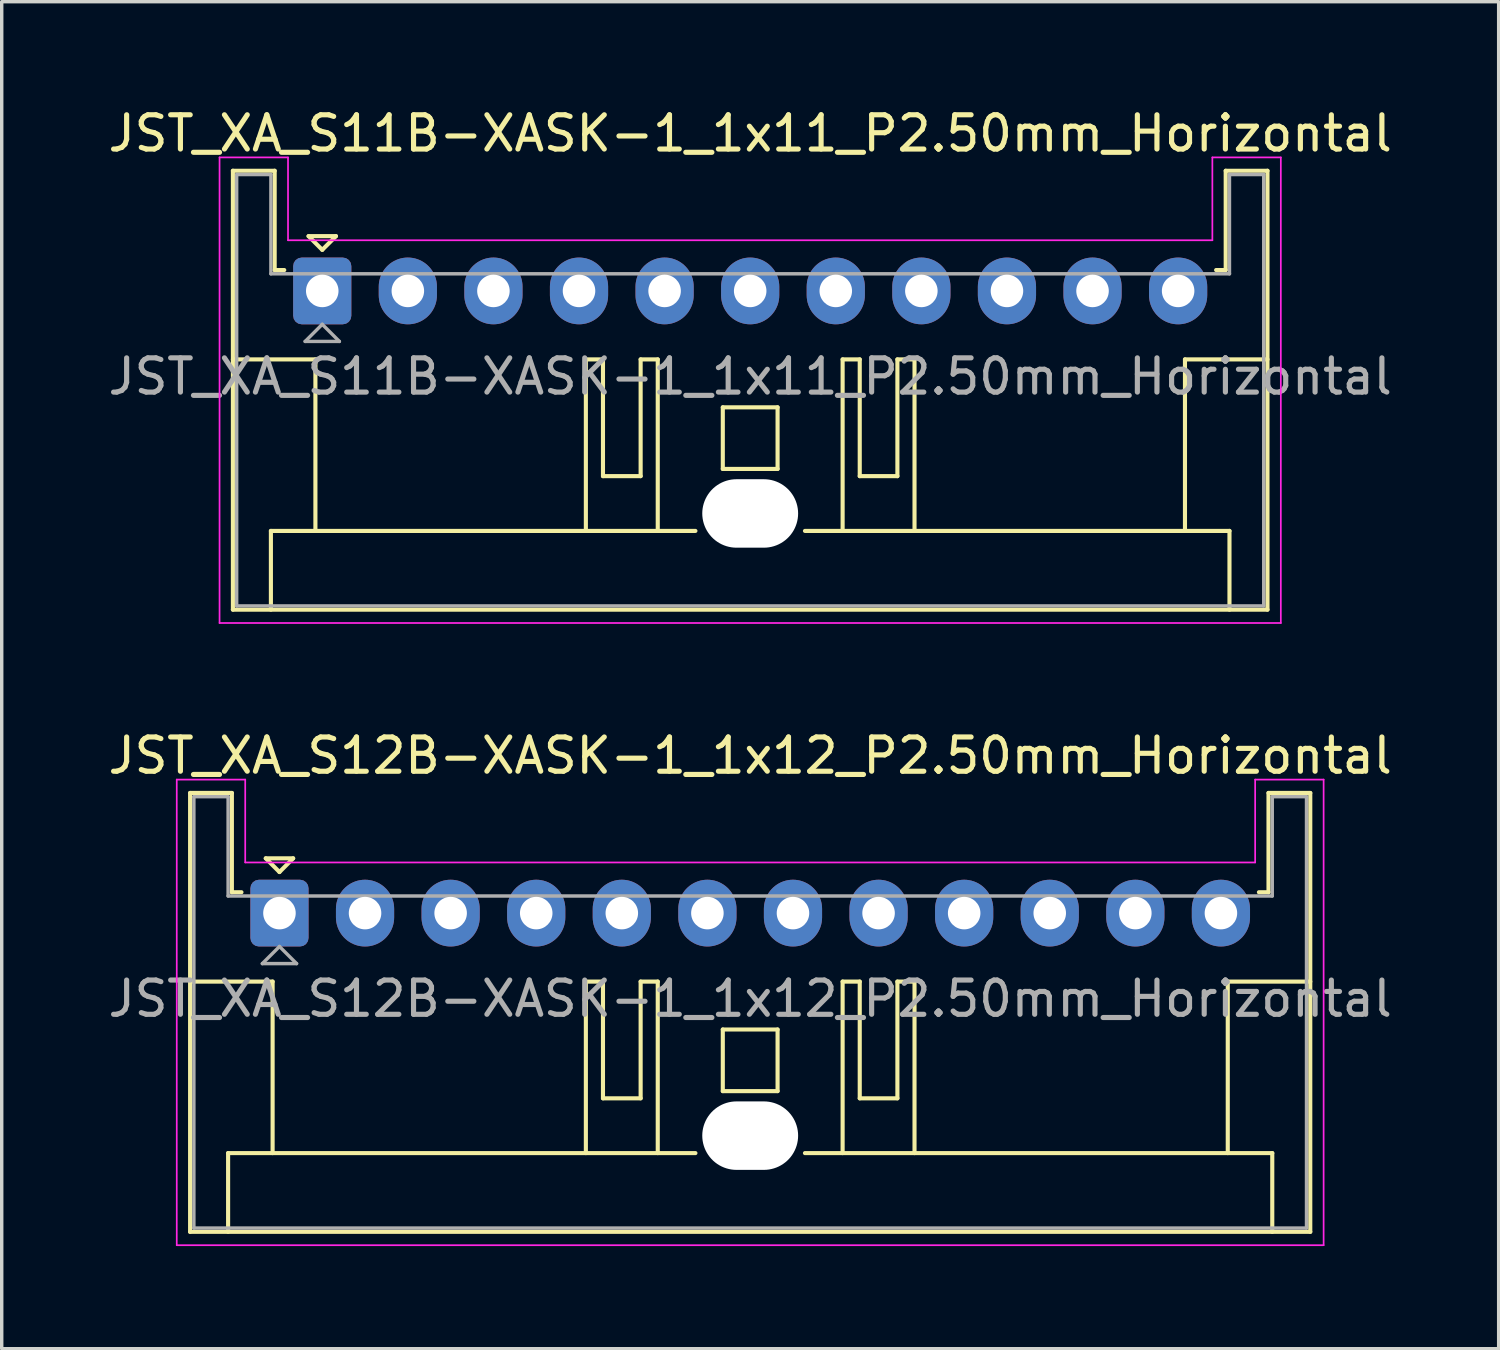
<source format=kicad_pcb>
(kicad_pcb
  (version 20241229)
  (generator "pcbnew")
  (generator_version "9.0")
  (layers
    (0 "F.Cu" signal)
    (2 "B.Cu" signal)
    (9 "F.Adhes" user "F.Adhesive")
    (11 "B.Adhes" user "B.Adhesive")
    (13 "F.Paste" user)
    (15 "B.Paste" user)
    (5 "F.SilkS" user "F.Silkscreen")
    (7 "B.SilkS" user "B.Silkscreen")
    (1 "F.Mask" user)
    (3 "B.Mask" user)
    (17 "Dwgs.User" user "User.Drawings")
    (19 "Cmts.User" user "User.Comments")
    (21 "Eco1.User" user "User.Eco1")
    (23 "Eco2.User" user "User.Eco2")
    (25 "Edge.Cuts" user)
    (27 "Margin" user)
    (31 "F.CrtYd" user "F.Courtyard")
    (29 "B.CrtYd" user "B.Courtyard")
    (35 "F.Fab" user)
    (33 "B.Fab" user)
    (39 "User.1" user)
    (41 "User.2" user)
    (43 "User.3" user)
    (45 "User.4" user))
  (footprint "JST_XA_S12B-XASK-1_1x12_P2.50mm_Horizontal"
    (layer "F.Cu")
    (at 5.113 23.622)
    (property "Reference" "JST_XA_S12B-XASK-1_1x12_P2.50mm_Horizontal" (at 13.75 -4.6 0) (layer "F.SilkS") (effects (font (size 1 1) (thickness 0.15))))
    (attr through_hole)
    (fp_line (start -2.61 -3.51) (end -2.61 9.31) (stroke (width 0.12) (type solid)) (layer "F.SilkS"))
    (fp_line (start -2.61 9.31) (end 30.11 9.31) (stroke (width 0.12) (type solid)) (layer "F.SilkS"))
    (fp_line (start -1.5 7.01) (end 12.15 7.01) (stroke (width 0.12) (type solid)) (layer "F.SilkS"))
    (fp_line (start -1.5 9.31) (end -1.5 7.01) (stroke (width 0.12) (type solid)) (layer "F.SilkS"))
    (fp_line (start -1.39 -3.51) (end -2.61 -3.51) (stroke (width 0.12) (type solid)) (layer "F.SilkS"))
    (fp_line (start -1.39 -0.61) (end -1.39 -3.51) (stroke (width 0.12) (type solid)) (layer "F.SilkS"))
    (fp_line (start -1.11 -0.61) (end -1.39 -0.61) (stroke (width 0.12) (type solid)) (layer "F.SilkS"))
    (fp_line (start -0.4 -1.6) (end 0.4 -1.6) (stroke (width 0.12) (type solid)) (layer "F.SilkS"))
    (fp_line (start -0.2 2) (end -2.61 2) (stroke (width 0.12) (type solid)) (layer "F.SilkS"))
    (fp_line (start -0.2 7.01) (end -0.2 2) (stroke (width 0.12) (type solid)) (layer "F.SilkS"))
    (fp_line (start 0 -1.2) (end -0.4 -1.6) (stroke (width 0.12) (type solid)) (layer "F.SilkS"))
    (fp_line (start 0.4 -1.6) (end 0 -1.2) (stroke (width 0.12) (type solid)) (layer "F.SilkS"))
    (fp_line (start 8.95 2) (end 8.95 7.01) (stroke (width 0.12) (type solid)) (layer "F.SilkS"))
    (fp_line (start 9.45 2) (end 8.95 2) (stroke (width 0.12) (type solid)) (layer "F.SilkS"))
    (fp_line (start 9.45 5.41) (end 9.45 2) (stroke (width 0.12) (type solid)) (layer "F.SilkS"))
    (fp_line (start 10.55 2) (end 10.55 5.41) (stroke (width 0.12) (type solid)) (layer "F.SilkS"))
    (fp_line (start 10.55 5.41) (end 9.45 5.41) (stroke (width 0.12) (type solid)) (layer "F.SilkS"))
    (fp_line (start 11.05 2) (end 10.55 2) (stroke (width 0.12) (type solid)) (layer "F.SilkS"))
    (fp_line (start 11.05 7.01) (end 11.05 2) (stroke (width 0.12) (type solid)) (layer "F.SilkS"))
    (fp_line (start 12.95 3.4) (end 14.55 3.4) (stroke (width 0.12) (type solid)) (layer "F.SilkS"))
    (fp_line (start 12.95 5.2) (end 12.95 3.4) (stroke (width 0.12) (type solid)) (layer "F.SilkS"))
    (fp_line (start 14.55 3.4) (end 14.55 5.2) (stroke (width 0.12) (type solid)) (layer "F.SilkS"))
    (fp_line (start 14.55 5.2) (end 12.95 5.2) (stroke (width 0.12) (type solid)) (layer "F.SilkS"))
    (fp_line (start 15.35 7.01) (end 29 7.01) (stroke (width 0.12) (type solid)) (layer "F.SilkS"))
    (fp_line (start 16.45 2) (end 16.95 2) (stroke (width 0.12) (type solid)) (layer "F.SilkS"))
    (fp_line (start 16.45 7.01) (end 16.45 2) (stroke (width 0.12) (type solid)) (layer "F.SilkS"))
    (fp_line (start 16.95 2) (end 16.95 5.41) (stroke (width 0.12) (type solid)) (layer "F.SilkS"))
    (fp_line (start 16.95 5.41) (end 18.05 5.41) (stroke (width 0.12) (type solid)) (layer "F.SilkS"))
    (fp_line (start 18.05 2) (end 18.55 2) (stroke (width 0.12) (type solid)) (layer "F.SilkS"))
    (fp_line (start 18.05 5.41) (end 18.05 2) (stroke (width 0.12) (type solid)) (layer "F.SilkS"))
    (fp_line (start 18.55 2) (end 18.55 7.01) (stroke (width 0.12) (type solid)) (layer "F.SilkS"))
    (fp_line (start 27.7 2) (end 30.11 2) (stroke (width 0.12) (type solid)) (layer "F.SilkS"))
    (fp_line (start 27.7 7.01) (end 27.7 2) (stroke (width 0.12) (type solid)) (layer "F.SilkS"))
    (fp_line (start 28.89 -3.51) (end 28.89 -0.61) (stroke (width 0.12) (type solid)) (layer "F.SilkS"))
    (fp_line (start 28.89 -0.61) (end 28.61 -0.61) (stroke (width 0.12) (type solid)) (layer "F.SilkS"))
    (fp_line (start 29 7.01) (end 29 9.31) (stroke (width 0.12) (type solid)) (layer "F.SilkS"))
    (fp_line (start 30.11 -3.51) (end 28.89 -3.51) (stroke (width 0.12) (type solid)) (layer "F.SilkS"))
    (fp_line (start 30.11 9.31) (end 30.11 -3.51) (stroke (width 0.12) (type solid)) (layer "F.SilkS"))
    (fp_line (start -3 -3.9) (end -3 9.7) (stroke (width 0.05) (type solid)) (layer "F.CrtYd"))
    (fp_line (start -3 9.7) (end 30.5 9.7) (stroke (width 0.05) (type solid)) (layer "F.CrtYd"))
    (fp_line (start -1 -3.9) (end -3 -3.9) (stroke (width 0.05) (type solid)) (layer "F.CrtYd"))
    (fp_line (start -1 -1.48) (end -1 -3.9) (stroke (width 0.05) (type solid)) (layer "F.CrtYd"))
    (fp_line (start 28.5 -3.9) (end 28.5 -1.48) (stroke (width 0.05) (type solid)) (layer "F.CrtYd"))
    (fp_line (start 28.5 -1.48) (end -1 -1.48) (stroke (width 0.05) (type solid)) (layer "F.CrtYd"))
    (fp_line (start 30.5 -3.9) (end 28.5 -3.9) (stroke (width 0.05) (type solid)) (layer "F.CrtYd"))
    (fp_line (start 30.5 9.7) (end 30.5 -3.9) (stroke (width 0.05) (type solid)) (layer "F.CrtYd"))
    (fp_line (start -2.5 -3.4) (end -2.5 9.2) (stroke (width 0.1) (type solid)) (layer "F.Fab"))
    (fp_line (start -2.5 9.2) (end 30 9.2) (stroke (width 0.1) (type solid)) (layer "F.Fab"))
    (fp_line (start -1.5 -3.4) (end -2.5 -3.4) (stroke (width 0.1) (type solid)) (layer "F.Fab"))
    (fp_line (start -1.5 -0.5) (end -1.5 -3.4) (stroke (width 0.1) (type solid)) (layer "F.Fab"))
    (fp_line (start -0.5 1.475) (end 0.5 1.475) (stroke (width 0.1) (type solid)) (layer "F.Fab"))
    (fp_line (start 0 0.975) (end -0.5 1.475) (stroke (width 0.1) (type solid)) (layer "F.Fab"))
    (fp_line (start 0.5 1.475) (end 0 0.975) (stroke (width 0.1) (type solid)) (layer "F.Fab"))
    (fp_line (start 29 -3.4) (end 29 -0.5) (stroke (width 0.1) (type solid)) (layer "F.Fab"))
    (fp_line (start 29 -0.5) (end -1.5 -0.5) (stroke (width 0.1) (type solid)) (layer "F.Fab"))
    (fp_line (start 30 -3.4) (end 29 -3.4) (stroke (width 0.1) (type solid)) (layer "F.Fab"))
    (fp_line (start 30 9.2) (end 30 -3.4) (stroke (width 0.1) (type solid)) (layer "F.Fab"))
    (fp_text user "${REFERENCE}" (at 13.75 2.5 0) (layer "F.Fab") (effects (font (size 1 1) (thickness 0.15))))
    (pad "" np_thru_hole oval (at 13.75 6.5) (size 2.8 2) (drill oval 2.8 2) (layers "*.Cu" "*.Mask"))
    (pad "1" thru_hole roundrect (at 0 0) (size 1.7 1.95) (drill 0.95) (layers "*.Cu" "*.Mask") (roundrect_rratio 0.147))
    (pad "2" thru_hole oval (at 2.5 0) (size 1.7 1.95) (drill 0.95) (layers "*.Cu" "*.Mask"))
    (pad "3" thru_hole oval (at 5 0) (size 1.7 1.95) (drill 0.95) (layers "*.Cu" "*.Mask"))
    (pad "4" thru_hole oval (at 7.5 0) (size 1.7 1.95) (drill 0.95) (layers "*.Cu" "*.Mask"))
    (pad "5" thru_hole oval (at 10 0) (size 1.7 1.95) (drill 0.95) (layers "*.Cu" "*.Mask"))
    (pad "6" thru_hole oval (at 12.5 0) (size 1.7 1.95) (drill 0.95) (layers "*.Cu" "*.Mask"))
    (pad "7" thru_hole oval (at 15 0) (size 1.7 1.95) (drill 0.95) (layers "*.Cu" "*.Mask"))
    (pad "8" thru_hole oval (at 17.5 0) (size 1.7 1.95) (drill 0.95) (layers "*.Cu" "*.Mask"))
    (pad "9" thru_hole oval (at 20 0) (size 1.7 1.95) (drill 0.95) (layers "*.Cu" "*.Mask"))
    (pad "10" thru_hole oval (at 22.5 0) (size 1.7 1.95) (drill 0.95) (layers "*.Cu" "*.Mask"))
    (pad "11" thru_hole oval (at 25 0) (size 1.7 1.95) (drill 0.95) (layers "*.Cu" "*.Mask"))
    (pad "12" thru_hole oval (at 27.5 0) (size 1.7 1.95) (drill 0.95) (layers "*.Cu" "*.Mask")))
  (footprint "JST_XA_S11B-XASK-1_1x11_P2.50mm_Horizontal"
    (layer "F.Cu")
    (at 6.363 5.448)
    (property "Reference" "JST_XA_S11B-XASK-1_1x11_P2.50mm_Horizontal" (at 12.5 -4.6 0) (layer "F.SilkS") (effects (font (size 1 1) (thickness 0.15))))
    (attr through_hole)
    (fp_line (start -2.61 -3.51) (end -2.61 9.31) (stroke (width 0.12) (type solid)) (layer "F.SilkS"))
    (fp_line (start -2.61 9.31) (end 27.61 9.31) (stroke (width 0.12) (type solid)) (layer "F.SilkS"))
    (fp_line (start -1.5 7.01) (end 10.9 7.01) (stroke (width 0.12) (type solid)) (layer "F.SilkS"))
    (fp_line (start -1.5 9.31) (end -1.5 7.01) (stroke (width 0.12) (type solid)) (layer "F.SilkS"))
    (fp_line (start -1.39 -3.51) (end -2.61 -3.51) (stroke (width 0.12) (type solid)) (layer "F.SilkS"))
    (fp_line (start -1.39 -0.61) (end -1.39 -3.51) (stroke (width 0.12) (type solid)) (layer "F.SilkS"))
    (fp_line (start -1.11 -0.61) (end -1.39 -0.61) (stroke (width 0.12) (type solid)) (layer "F.SilkS"))
    (fp_line (start -0.4 -1.6) (end 0.4 -1.6) (stroke (width 0.12) (type solid)) (layer "F.SilkS"))
    (fp_line (start -0.2 2) (end -2.61 2) (stroke (width 0.12) (type solid)) (layer "F.SilkS"))
    (fp_line (start -0.2 7.01) (end -0.2 2) (stroke (width 0.12) (type solid)) (layer "F.SilkS"))
    (fp_line (start 0 -1.2) (end -0.4 -1.6) (stroke (width 0.12) (type solid)) (layer "F.SilkS"))
    (fp_line (start 0.4 -1.6) (end 0 -1.2) (stroke (width 0.12) (type solid)) (layer "F.SilkS"))
    (fp_line (start 7.7 2) (end 7.7 7.01) (stroke (width 0.12) (type solid)) (layer "F.SilkS"))
    (fp_line (start 8.2 2) (end 7.7 2) (stroke (width 0.12) (type solid)) (layer "F.SilkS"))
    (fp_line (start 8.2 5.41) (end 8.2 2) (stroke (width 0.12) (type solid)) (layer "F.SilkS"))
    (fp_line (start 9.3 2) (end 9.3 5.41) (stroke (width 0.12) (type solid)) (layer "F.SilkS"))
    (fp_line (start 9.3 5.41) (end 8.2 5.41) (stroke (width 0.12) (type solid)) (layer "F.SilkS"))
    (fp_line (start 9.8 2) (end 9.3 2) (stroke (width 0.12) (type solid)) (layer "F.SilkS"))
    (fp_line (start 9.8 7.01) (end 9.8 2) (stroke (width 0.12) (type solid)) (layer "F.SilkS"))
    (fp_line (start 11.7 3.4) (end 13.3 3.4) (stroke (width 0.12) (type solid)) (layer "F.SilkS"))
    (fp_line (start 11.7 5.2) (end 11.7 3.4) (stroke (width 0.12) (type solid)) (layer "F.SilkS"))
    (fp_line (start 13.3 3.4) (end 13.3 5.2) (stroke (width 0.12) (type solid)) (layer "F.SilkS"))
    (fp_line (start 13.3 5.2) (end 11.7 5.2) (stroke (width 0.12) (type solid)) (layer "F.SilkS"))
    (fp_line (start 14.1 7.01) (end 26.5 7.01) (stroke (width 0.12) (type solid)) (layer "F.SilkS"))
    (fp_line (start 15.2 2) (end 15.7 2) (stroke (width 0.12) (type solid)) (layer "F.SilkS"))
    (fp_line (start 15.2 7.01) (end 15.2 2) (stroke (width 0.12) (type solid)) (layer "F.SilkS"))
    (fp_line (start 15.7 2) (end 15.7 5.41) (stroke (width 0.12) (type solid)) (layer "F.SilkS"))
    (fp_line (start 15.7 5.41) (end 16.8 5.41) (stroke (width 0.12) (type solid)) (layer "F.SilkS"))
    (fp_line (start 16.8 2) (end 17.3 2) (stroke (width 0.12) (type solid)) (layer "F.SilkS"))
    (fp_line (start 16.8 5.41) (end 16.8 2) (stroke (width 0.12) (type solid)) (layer "F.SilkS"))
    (fp_line (start 17.3 2) (end 17.3 7.01) (stroke (width 0.12) (type solid)) (layer "F.SilkS"))
    (fp_line (start 25.2 2) (end 27.61 2) (stroke (width 0.12) (type solid)) (layer "F.SilkS"))
    (fp_line (start 25.2 7.01) (end 25.2 2) (stroke (width 0.12) (type solid)) (layer "F.SilkS"))
    (fp_line (start 26.39 -3.51) (end 26.39 -0.61) (stroke (width 0.12) (type solid)) (layer "F.SilkS"))
    (fp_line (start 26.39 -0.61) (end 26.11 -0.61) (stroke (width 0.12) (type solid)) (layer "F.SilkS"))
    (fp_line (start 26.5 7.01) (end 26.5 9.31) (stroke (width 0.12) (type solid)) (layer "F.SilkS"))
    (fp_line (start 27.61 -3.51) (end 26.39 -3.51) (stroke (width 0.12) (type solid)) (layer "F.SilkS"))
    (fp_line (start 27.61 9.31) (end 27.61 -3.51) (stroke (width 0.12) (type solid)) (layer "F.SilkS"))
    (fp_line (start -3 -3.9) (end -3 9.7) (stroke (width 0.05) (type solid)) (layer "F.CrtYd"))
    (fp_line (start -3 9.7) (end 28 9.7) (stroke (width 0.05) (type solid)) (layer "F.CrtYd"))
    (fp_line (start -1 -3.9) (end -3 -3.9) (stroke (width 0.05) (type solid)) (layer "F.CrtYd"))
    (fp_line (start -1 -1.48) (end -1 -3.9) (stroke (width 0.05) (type solid)) (layer "F.CrtYd"))
    (fp_line (start 26 -3.9) (end 26 -1.48) (stroke (width 0.05) (type solid)) (layer "F.CrtYd"))
    (fp_line (start 26 -1.48) (end -1 -1.48) (stroke (width 0.05) (type solid)) (layer "F.CrtYd"))
    (fp_line (start 28 -3.9) (end 26 -3.9) (stroke (width 0.05) (type solid)) (layer "F.CrtYd"))
    (fp_line (start 28 9.7) (end 28 -3.9) (stroke (width 0.05) (type solid)) (layer "F.CrtYd"))
    (fp_line (start -2.5 -3.4) (end -2.5 9.2) (stroke (width 0.1) (type solid)) (layer "F.Fab"))
    (fp_line (start -2.5 9.2) (end 27.5 9.2) (stroke (width 0.1) (type solid)) (layer "F.Fab"))
    (fp_line (start -1.5 -3.4) (end -2.5 -3.4) (stroke (width 0.1) (type solid)) (layer "F.Fab"))
    (fp_line (start -1.5 -0.5) (end -1.5 -3.4) (stroke (width 0.1) (type solid)) (layer "F.Fab"))
    (fp_line (start -0.5 1.475) (end 0.5 1.475) (stroke (width 0.1) (type solid)) (layer "F.Fab"))
    (fp_line (start 0 0.975) (end -0.5 1.475) (stroke (width 0.1) (type solid)) (layer "F.Fab"))
    (fp_line (start 0.5 1.475) (end 0 0.975) (stroke (width 0.1) (type solid)) (layer "F.Fab"))
    (fp_line (start 26.5 -3.4) (end 26.5 -0.5) (stroke (width 0.1) (type solid)) (layer "F.Fab"))
    (fp_line (start 26.5 -0.5) (end -1.5 -0.5) (stroke (width 0.1) (type solid)) (layer "F.Fab"))
    (fp_line (start 27.5 -3.4) (end 26.5 -3.4) (stroke (width 0.1) (type solid)) (layer "F.Fab"))
    (fp_line (start 27.5 9.2) (end 27.5 -3.4) (stroke (width 0.1) (type solid)) (layer "F.Fab"))
    (fp_text user "${REFERENCE}" (at 12.5 2.5 0) (layer "F.Fab") (effects (font (size 1 1) (thickness 0.15))))
    (pad "" np_thru_hole oval (at 12.5 6.5) (size 2.8 2) (drill oval 2.8 2) (layers "*.Cu" "*.Mask"))
    (pad "1" thru_hole roundrect (at 0 0) (size 1.7 1.95) (drill 0.95) (layers "*.Cu" "*.Mask") (roundrect_rratio 0.147))
    (pad "2" thru_hole oval (at 2.5 0) (size 1.7 1.95) (drill 0.95) (layers "*.Cu" "*.Mask"))
    (pad "3" thru_hole oval (at 5 0) (size 1.7 1.95) (drill 0.95) (layers "*.Cu" "*.Mask"))
    (pad "4" thru_hole oval (at 7.5 0) (size 1.7 1.95) (drill 0.95) (layers "*.Cu" "*.Mask"))
    (pad "5" thru_hole oval (at 10 0) (size 1.7 1.95) (drill 0.95) (layers "*.Cu" "*.Mask"))
    (pad "6" thru_hole oval (at 12.5 0) (size 1.7 1.95) (drill 0.95) (layers "*.Cu" "*.Mask"))
    (pad "7" thru_hole oval (at 15 0) (size 1.7 1.95) (drill 0.95) (layers "*.Cu" "*.Mask"))
    (pad "8" thru_hole oval (at 17.5 0) (size 1.7 1.95) (drill 0.95) (layers "*.Cu" "*.Mask"))
    (pad "9" thru_hole oval (at 20 0) (size 1.7 1.95) (drill 0.95) (layers "*.Cu" "*.Mask"))
    (pad "10" thru_hole oval (at 22.5 0) (size 1.7 1.95) (drill 0.95) (layers "*.Cu" "*.Mask"))
    (pad "11" thru_hole oval (at 25 0) (size 1.7 1.95) (drill 0.95) (layers "*.Cu" "*.Mask")))
  (gr_rect
    (start -3 -3)
    (end 40.726 36.346)
    (stroke (width 0.1) (type default))
    (fill no)
    (layer "Edge.Cuts")))
</source>
